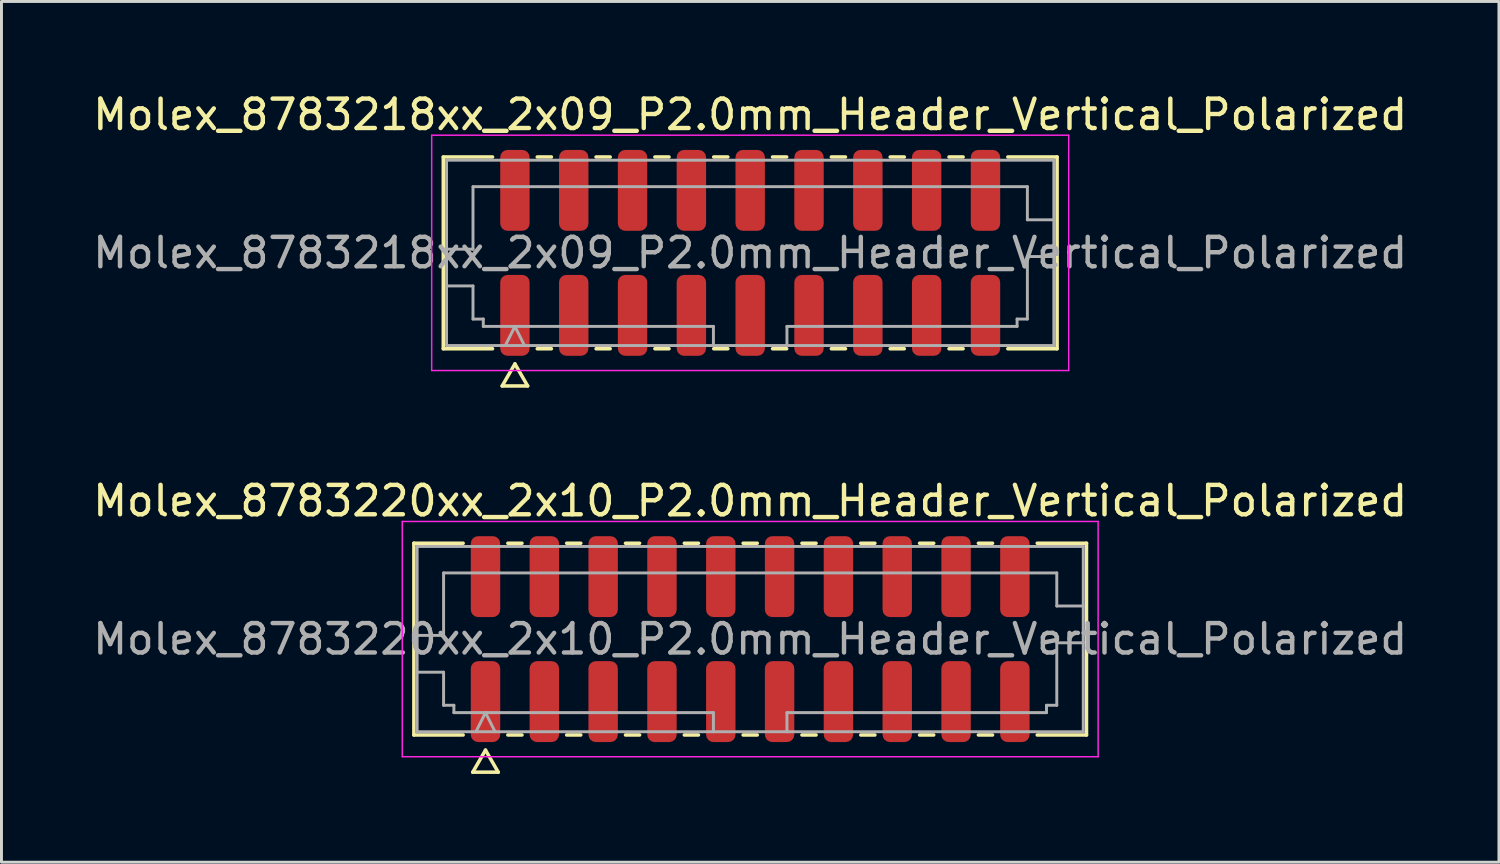
<source format=kicad_pcb>
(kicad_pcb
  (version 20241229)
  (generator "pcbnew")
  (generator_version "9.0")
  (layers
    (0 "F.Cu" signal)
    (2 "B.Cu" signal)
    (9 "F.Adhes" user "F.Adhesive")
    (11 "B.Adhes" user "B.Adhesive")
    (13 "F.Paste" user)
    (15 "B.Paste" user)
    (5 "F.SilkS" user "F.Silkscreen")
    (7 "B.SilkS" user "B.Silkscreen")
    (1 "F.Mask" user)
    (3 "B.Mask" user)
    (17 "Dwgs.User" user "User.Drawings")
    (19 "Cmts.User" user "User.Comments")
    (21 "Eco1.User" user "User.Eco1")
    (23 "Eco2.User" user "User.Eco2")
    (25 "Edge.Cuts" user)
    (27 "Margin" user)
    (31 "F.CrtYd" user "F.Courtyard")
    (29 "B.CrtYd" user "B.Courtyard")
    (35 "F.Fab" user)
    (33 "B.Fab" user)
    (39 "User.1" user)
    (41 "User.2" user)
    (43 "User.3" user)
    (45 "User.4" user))
  (footprint "Molex_8783220xx_2x10_P2.0mm_Header_Vertical_Polarized"
    (layer "F.Cu")
    (at 22.458 18.681)
    (property "Reference" "Molex_8783220xx_2x10_P2.0mm_Header_Vertical_Polarized" (at 0 -4.7 0) (layer "F.SilkS") (effects (font (size 1 1) (thickness 0.15))))
    (attr smd)
    (fp_line (start -11.435 -3.26) (end -9.76 -3.26) (stroke (width 0.12) (type solid)) (layer "F.SilkS"))
    (fp_line (start -11.435 3.26) (end -11.435 -3.26) (stroke (width 0.12) (type solid)) (layer "F.SilkS"))
    (fp_line (start -9.76 3.26) (end -11.435 3.26) (stroke (width 0.12) (type solid)) (layer "F.SilkS"))
    (fp_line (start -9.433 4.525) (end -9 3.775) (stroke (width 0.12) (type solid)) (layer "F.SilkS"))
    (fp_line (start -9 3.775) (end -8.567 4.525) (stroke (width 0.12) (type solid)) (layer "F.SilkS"))
    (fp_line (start -8.567 4.525) (end -9.433 4.525) (stroke (width 0.12) (type solid)) (layer "F.SilkS"))
    (fp_line (start -8.24 -3.26) (end -7.76 -3.26) (stroke (width 0.12) (type solid)) (layer "F.SilkS"))
    (fp_line (start -7.76 3.26) (end -8.24 3.26) (stroke (width 0.12) (type solid)) (layer "F.SilkS"))
    (fp_line (start -6.24 -3.26) (end -5.76 -3.26) (stroke (width 0.12) (type solid)) (layer "F.SilkS"))
    (fp_line (start -5.76 3.26) (end -6.24 3.26) (stroke (width 0.12) (type solid)) (layer "F.SilkS"))
    (fp_line (start -4.24 -3.26) (end -3.76 -3.26) (stroke (width 0.12) (type solid)) (layer "F.SilkS"))
    (fp_line (start -3.76 3.26) (end -4.24 3.26) (stroke (width 0.12) (type solid)) (layer "F.SilkS"))
    (fp_line (start -2.24 -3.26) (end -1.76 -3.26) (stroke (width 0.12) (type solid)) (layer "F.SilkS"))
    (fp_line (start -1.76 3.26) (end -2.24 3.26) (stroke (width 0.12) (type solid)) (layer "F.SilkS"))
    (fp_line (start -0.24 -3.26) (end 0.24 -3.26) (stroke (width 0.12) (type solid)) (layer "F.SilkS"))
    (fp_line (start 0.24 3.26) (end -0.24 3.26) (stroke (width 0.12) (type solid)) (layer "F.SilkS"))
    (fp_line (start 1.76 -3.26) (end 2.24 -3.26) (stroke (width 0.12) (type solid)) (layer "F.SilkS"))
    (fp_line (start 2.24 3.26) (end 1.76 3.26) (stroke (width 0.12) (type solid)) (layer "F.SilkS"))
    (fp_line (start 3.76 -3.26) (end 4.24 -3.26) (stroke (width 0.12) (type solid)) (layer "F.SilkS"))
    (fp_line (start 4.24 3.26) (end 3.76 3.26) (stroke (width 0.12) (type solid)) (layer "F.SilkS"))
    (fp_line (start 5.76 -3.26) (end 6.24 -3.26) (stroke (width 0.12) (type solid)) (layer "F.SilkS"))
    (fp_line (start 6.24 3.26) (end 5.76 3.26) (stroke (width 0.12) (type solid)) (layer "F.SilkS"))
    (fp_line (start 7.76 -3.26) (end 8.24 -3.26) (stroke (width 0.12) (type solid)) (layer "F.SilkS"))
    (fp_line (start 8.24 3.26) (end 7.76 3.26) (stroke (width 0.12) (type solid)) (layer "F.SilkS"))
    (fp_line (start 9.76 -3.26) (end 11.435 -3.26) (stroke (width 0.12) (type solid)) (layer "F.SilkS"))
    (fp_line (start 11.435 -3.26) (end 11.435 3.26) (stroke (width 0.12) (type solid)) (layer "F.SilkS"))
    (fp_line (start 11.435 3.26) (end 9.76 3.26) (stroke (width 0.12) (type solid)) (layer "F.SilkS"))
    (fp_line (start -11.83 -4) (end -11.83 4) (stroke (width 0.05) (type solid)) (layer "F.CrtYd"))
    (fp_line (start -11.83 4) (end 11.83 4) (stroke (width 0.05) (type solid)) (layer "F.CrtYd"))
    (fp_line (start 11.83 -4) (end -11.83 -4) (stroke (width 0.05) (type solid)) (layer "F.CrtYd"))
    (fp_line (start 11.83 4) (end 11.83 -4) (stroke (width 0.05) (type solid)) (layer "F.CrtYd"))
    (fp_line (start -11.325 -3.15) (end 11.325 -3.15) (stroke (width 0.1) (type solid)) (layer "F.Fab"))
    (fp_line (start -11.325 -0.125) (end -10.425 -0.125) (stroke (width 0.1) (type solid)) (layer "F.Fab"))
    (fp_line (start -11.325 1.125) (end -10.425 1.125) (stroke (width 0.1) (type solid)) (layer "F.Fab"))
    (fp_line (start -11.325 3.15) (end -11.325 -3.15) (stroke (width 0.1) (type solid)) (layer "F.Fab"))
    (fp_line (start -10.425 -2.25) (end 10.425 -2.25) (stroke (width 0.1) (type solid)) (layer "F.Fab"))
    (fp_line (start -10.425 -0.125) (end -10.425 -2.25) (stroke (width 0.1) (type solid)) (layer "F.Fab"))
    (fp_line (start -10.425 1.125) (end -10.425 2.25) (stroke (width 0.1) (type solid)) (layer "F.Fab"))
    (fp_line (start -10.425 2.25) (end -10.075 2.25) (stroke (width 0.1) (type solid)) (layer "F.Fab"))
    (fp_line (start -10.075 2.25) (end -10.075 2.5) (stroke (width 0.1) (type solid)) (layer "F.Fab"))
    (fp_line (start -10.075 2.5) (end -1.25 2.5) (stroke (width 0.1) (type solid)) (layer "F.Fab"))
    (fp_line (start -9.325 3.15) (end -9 2.5) (stroke (width 0.1) (type solid)) (layer "F.Fab"))
    (fp_line (start -9 2.5) (end -8.675 3.15) (stroke (width 0.1) (type solid)) (layer "F.Fab"))
    (fp_line (start -1.25 2.5) (end -1.25 3.15) (stroke (width 0.1) (type solid)) (layer "F.Fab"))
    (fp_line (start 1.25 2.5) (end 1.25 3.15) (stroke (width 0.1) (type solid)) (layer "F.Fab"))
    (fp_line (start 1.25 2.5) (end 10.075 2.5) (stroke (width 0.1) (type solid)) (layer "F.Fab"))
    (fp_line (start 10.075 2.25) (end 10.425 2.25) (stroke (width 0.1) (type solid)) (layer "F.Fab"))
    (fp_line (start 10.075 2.5) (end 10.075 2.25) (stroke (width 0.1) (type solid)) (layer "F.Fab"))
    (fp_line (start 10.425 -2.25) (end 10.425 -1.125) (stroke (width 0.1) (type solid)) (layer "F.Fab"))
    (fp_line (start 10.425 -1.125) (end 11.325 -1.125) (stroke (width 0.1) (type solid)) (layer "F.Fab"))
    (fp_line (start 10.425 0.125) (end 11.325 0.125) (stroke (width 0.1) (type solid)) (layer "F.Fab"))
    (fp_line (start 10.425 2.25) (end 10.425 0.125) (stroke (width 0.1) (type solid)) (layer "F.Fab"))
    (fp_line (start 11.325 -3.15) (end 11.325 3.15) (stroke (width 0.1) (type solid)) (layer "F.Fab"))
    (fp_line (start 11.325 3.15) (end -11.325 3.15) (stroke (width 0.1) (type solid)) (layer "F.Fab"))
    (fp_text user "${REFERENCE}" (at 0 0 0) (layer "F.Fab") (effects (font (size 1 1) (thickness 0.15))))
    (pad "1" smd roundrect (at -9 2.125) (size 1 2.75) (layers "F.Cu" "F.Mask" "F.Paste") (roundrect_rratio 0.25))
    (pad "2" smd roundrect (at -9 -2.125) (size 1 2.75) (layers "F.Cu" "F.Mask" "F.Paste") (roundrect_rratio 0.25))
    (pad "3" smd roundrect (at -7 2.125) (size 1 2.75) (layers "F.Cu" "F.Mask" "F.Paste") (roundrect_rratio 0.25))
    (pad "4" smd roundrect (at -7 -2.125) (size 1 2.75) (layers "F.Cu" "F.Mask" "F.Paste") (roundrect_rratio 0.25))
    (pad "5" smd roundrect (at -5 2.125) (size 1 2.75) (layers "F.Cu" "F.Mask" "F.Paste") (roundrect_rratio 0.25))
    (pad "6" smd roundrect (at -5 -2.125) (size 1 2.75) (layers "F.Cu" "F.Mask" "F.Paste") (roundrect_rratio 0.25))
    (pad "7" smd roundrect (at -3 2.125) (size 1 2.75) (layers "F.Cu" "F.Mask" "F.Paste") (roundrect_rratio 0.25))
    (pad "8" smd roundrect (at -3 -2.125) (size 1 2.75) (layers "F.Cu" "F.Mask" "F.Paste") (roundrect_rratio 0.25))
    (pad "9" smd roundrect (at -1 2.125) (size 1 2.75) (layers "F.Cu" "F.Mask" "F.Paste") (roundrect_rratio 0.25))
    (pad "10" smd roundrect (at -1 -2.125) (size 1 2.75) (layers "F.Cu" "F.Mask" "F.Paste") (roundrect_rratio 0.25))
    (pad "11" smd roundrect (at 1 2.125) (size 1 2.75) (layers "F.Cu" "F.Mask" "F.Paste") (roundrect_rratio 0.25))
    (pad "12" smd roundrect (at 1 -2.125) (size 1 2.75) (layers "F.Cu" "F.Mask" "F.Paste") (roundrect_rratio 0.25))
    (pad "13" smd roundrect (at 3 2.125) (size 1 2.75) (layers "F.Cu" "F.Mask" "F.Paste") (roundrect_rratio 0.25))
    (pad "14" smd roundrect (at 3 -2.125) (size 1 2.75) (layers "F.Cu" "F.Mask" "F.Paste") (roundrect_rratio 0.25))
    (pad "15" smd roundrect (at 5 2.125) (size 1 2.75) (layers "F.Cu" "F.Mask" "F.Paste") (roundrect_rratio 0.25))
    (pad "16" smd roundrect (at 5 -2.125) (size 1 2.75) (layers "F.Cu" "F.Mask" "F.Paste") (roundrect_rratio 0.25))
    (pad "17" smd roundrect (at 7 2.125) (size 1 2.75) (layers "F.Cu" "F.Mask" "F.Paste") (roundrect_rratio 0.25))
    (pad "18" smd roundrect (at 7 -2.125) (size 1 2.75) (layers "F.Cu" "F.Mask" "F.Paste") (roundrect_rratio 0.25))
    (pad "19" smd roundrect (at 9 2.125) (size 1 2.75) (layers "F.Cu" "F.Mask" "F.Paste") (roundrect_rratio 0.25))
    (pad "20" smd roundrect (at 9 -2.125) (size 1 2.75) (layers "F.Cu" "F.Mask" "F.Paste") (roundrect_rratio 0.25)))
  (footprint "Molex_8783218xx_2x09_P2.0mm_Header_Vertical_Polarized"
    (layer "F.Cu")
    (at 22.458 5.548)
    (property "Reference" "Molex_8783218xx_2x09_P2.0mm_Header_Vertical_Polarized" (at 0 -4.7 0) (layer "F.SilkS") (effects (font (size 1 1) (thickness 0.15))))
    (attr smd)
    (fp_line (start -10.435 -3.26) (end -8.76 -3.26) (stroke (width 0.12) (type solid)) (layer "F.SilkS"))
    (fp_line (start -10.435 3.26) (end -10.435 -3.26) (stroke (width 0.12) (type solid)) (layer "F.SilkS"))
    (fp_line (start -8.76 3.26) (end -10.435 3.26) (stroke (width 0.12) (type solid)) (layer "F.SilkS"))
    (fp_line (start -8.433 4.525) (end -8 3.775) (stroke (width 0.12) (type solid)) (layer "F.SilkS"))
    (fp_line (start -8 3.775) (end -7.567 4.525) (stroke (width 0.12) (type solid)) (layer "F.SilkS"))
    (fp_line (start -7.567 4.525) (end -8.433 4.525) (stroke (width 0.12) (type solid)) (layer "F.SilkS"))
    (fp_line (start -7.24 -3.26) (end -6.76 -3.26) (stroke (width 0.12) (type solid)) (layer "F.SilkS"))
    (fp_line (start -6.76 3.26) (end -7.24 3.26) (stroke (width 0.12) (type solid)) (layer "F.SilkS"))
    (fp_line (start -5.24 -3.26) (end -4.76 -3.26) (stroke (width 0.12) (type solid)) (layer "F.SilkS"))
    (fp_line (start -4.76 3.26) (end -5.24 3.26) (stroke (width 0.12) (type solid)) (layer "F.SilkS"))
    (fp_line (start -3.24 -3.26) (end -2.76 -3.26) (stroke (width 0.12) (type solid)) (layer "F.SilkS"))
    (fp_line (start -2.76 3.26) (end -3.24 3.26) (stroke (width 0.12) (type solid)) (layer "F.SilkS"))
    (fp_line (start -1.24 -3.26) (end -0.76 -3.26) (stroke (width 0.12) (type solid)) (layer "F.SilkS"))
    (fp_line (start -0.76 3.26) (end -1.24 3.26) (stroke (width 0.12) (type solid)) (layer "F.SilkS"))
    (fp_line (start 0.76 -3.26) (end 1.24 -3.26) (stroke (width 0.12) (type solid)) (layer "F.SilkS"))
    (fp_line (start 1.24 3.26) (end 0.76 3.26) (stroke (width 0.12) (type solid)) (layer "F.SilkS"))
    (fp_line (start 2.76 -3.26) (end 3.24 -3.26) (stroke (width 0.12) (type solid)) (layer "F.SilkS"))
    (fp_line (start 3.24 3.26) (end 2.76 3.26) (stroke (width 0.12) (type solid)) (layer "F.SilkS"))
    (fp_line (start 4.76 -3.26) (end 5.24 -3.26) (stroke (width 0.12) (type solid)) (layer "F.SilkS"))
    (fp_line (start 5.24 3.26) (end 4.76 3.26) (stroke (width 0.12) (type solid)) (layer "F.SilkS"))
    (fp_line (start 6.76 -3.26) (end 7.24 -3.26) (stroke (width 0.12) (type solid)) (layer "F.SilkS"))
    (fp_line (start 7.24 3.26) (end 6.76 3.26) (stroke (width 0.12) (type solid)) (layer "F.SilkS"))
    (fp_line (start 8.76 -3.26) (end 10.435 -3.26) (stroke (width 0.12) (type solid)) (layer "F.SilkS"))
    (fp_line (start 10.435 -3.26) (end 10.435 3.26) (stroke (width 0.12) (type solid)) (layer "F.SilkS"))
    (fp_line (start 10.435 3.26) (end 8.76 3.26) (stroke (width 0.12) (type solid)) (layer "F.SilkS"))
    (fp_line (start -10.83 -4) (end -10.83 4) (stroke (width 0.05) (type solid)) (layer "F.CrtYd"))
    (fp_line (start -10.83 4) (end 10.83 4) (stroke (width 0.05) (type solid)) (layer "F.CrtYd"))
    (fp_line (start 10.83 -4) (end -10.83 -4) (stroke (width 0.05) (type solid)) (layer "F.CrtYd"))
    (fp_line (start 10.83 4) (end 10.83 -4) (stroke (width 0.05) (type solid)) (layer "F.CrtYd"))
    (fp_line (start -10.325 -3.15) (end 10.325 -3.15) (stroke (width 0.1) (type solid)) (layer "F.Fab"))
    (fp_line (start -10.325 -0.125) (end -9.425 -0.125) (stroke (width 0.1) (type solid)) (layer "F.Fab"))
    (fp_line (start -10.325 1.125) (end -9.425 1.125) (stroke (width 0.1) (type solid)) (layer "F.Fab"))
    (fp_line (start -10.325 3.15) (end -10.325 -3.15) (stroke (width 0.1) (type solid)) (layer "F.Fab"))
    (fp_line (start -9.425 -2.25) (end 9.425 -2.25) (stroke (width 0.1) (type solid)) (layer "F.Fab"))
    (fp_line (start -9.425 -0.125) (end -9.425 -2.25) (stroke (width 0.1) (type solid)) (layer "F.Fab"))
    (fp_line (start -9.425 1.125) (end -9.425 2.25) (stroke (width 0.1) (type solid)) (layer "F.Fab"))
    (fp_line (start -9.425 2.25) (end -9.075 2.25) (stroke (width 0.1) (type solid)) (layer "F.Fab"))
    (fp_line (start -9.075 2.25) (end -9.075 2.5) (stroke (width 0.1) (type solid)) (layer "F.Fab"))
    (fp_line (start -9.075 2.5) (end -1.25 2.5) (stroke (width 0.1) (type solid)) (layer "F.Fab"))
    (fp_line (start -8.325 3.15) (end -8 2.5) (stroke (width 0.1) (type solid)) (layer "F.Fab"))
    (fp_line (start -8 2.5) (end -7.675 3.15) (stroke (width 0.1) (type solid)) (layer "F.Fab"))
    (fp_line (start -1.25 2.5) (end -1.25 3.15) (stroke (width 0.1) (type solid)) (layer "F.Fab"))
    (fp_line (start 1.25 2.5) (end 1.25 3.15) (stroke (width 0.1) (type solid)) (layer "F.Fab"))
    (fp_line (start 1.25 2.5) (end 9.075 2.5) (stroke (width 0.1) (type solid)) (layer "F.Fab"))
    (fp_line (start 9.075 2.25) (end 9.425 2.25) (stroke (width 0.1) (type solid)) (layer "F.Fab"))
    (fp_line (start 9.075 2.5) (end 9.075 2.25) (stroke (width 0.1) (type solid)) (layer "F.Fab"))
    (fp_line (start 9.425 -2.25) (end 9.425 -1.125) (stroke (width 0.1) (type solid)) (layer "F.Fab"))
    (fp_line (start 9.425 -1.125) (end 10.325 -1.125) (stroke (width 0.1) (type solid)) (layer "F.Fab"))
    (fp_line (start 9.425 0.125) (end 10.325 0.125) (stroke (width 0.1) (type solid)) (layer "F.Fab"))
    (fp_line (start 9.425 2.25) (end 9.425 0.125) (stroke (width 0.1) (type solid)) (layer "F.Fab"))
    (fp_line (start 10.325 -3.15) (end 10.325 3.15) (stroke (width 0.1) (type solid)) (layer "F.Fab"))
    (fp_line (start 10.325 3.15) (end -10.325 3.15) (stroke (width 0.1) (type solid)) (layer "F.Fab"))
    (fp_text user "${REFERENCE}" (at 0 0 0) (layer "F.Fab") (effects (font (size 1 1) (thickness 0.15))))
    (pad "1" smd roundrect (at -8 2.125) (size 1 2.75) (layers "F.Cu" "F.Mask" "F.Paste") (roundrect_rratio 0.25))
    (pad "2" smd roundrect (at -8 -2.125) (size 1 2.75) (layers "F.Cu" "F.Mask" "F.Paste") (roundrect_rratio 0.25))
    (pad "3" smd roundrect (at -6 2.125) (size 1 2.75) (layers "F.Cu" "F.Mask" "F.Paste") (roundrect_rratio 0.25))
    (pad "4" smd roundrect (at -6 -2.125) (size 1 2.75) (layers "F.Cu" "F.Mask" "F.Paste") (roundrect_rratio 0.25))
    (pad "5" smd roundrect (at -4 2.125) (size 1 2.75) (layers "F.Cu" "F.Mask" "F.Paste") (roundrect_rratio 0.25))
    (pad "6" smd roundrect (at -4 -2.125) (size 1 2.75) (layers "F.Cu" "F.Mask" "F.Paste") (roundrect_rratio 0.25))
    (pad "7" smd roundrect (at -2 2.125) (size 1 2.75) (layers "F.Cu" "F.Mask" "F.Paste") (roundrect_rratio 0.25))
    (pad "8" smd roundrect (at -2 -2.125) (size 1 2.75) (layers "F.Cu" "F.Mask" "F.Paste") (roundrect_rratio 0.25))
    (pad "9" smd roundrect (at 0 2.125) (size 1 2.75) (layers "F.Cu" "F.Mask" "F.Paste") (roundrect_rratio 0.25))
    (pad "10" smd roundrect (at 0 -2.125) (size 1 2.75) (layers "F.Cu" "F.Mask" "F.Paste") (roundrect_rratio 0.25))
    (pad "11" smd roundrect (at 2 2.125) (size 1 2.75) (layers "F.Cu" "F.Mask" "F.Paste") (roundrect_rratio 0.25))
    (pad "12" smd roundrect (at 2 -2.125) (size 1 2.75) (layers "F.Cu" "F.Mask" "F.Paste") (roundrect_rratio 0.25))
    (pad "13" smd roundrect (at 4 2.125) (size 1 2.75) (layers "F.Cu" "F.Mask" "F.Paste") (roundrect_rratio 0.25))
    (pad "14" smd roundrect (at 4 -2.125) (size 1 2.75) (layers "F.Cu" "F.Mask" "F.Paste") (roundrect_rratio 0.25))
    (pad "15" smd roundrect (at 6 2.125) (size 1 2.75) (layers "F.Cu" "F.Mask" "F.Paste") (roundrect_rratio 0.25))
    (pad "16" smd roundrect (at 6 -2.125) (size 1 2.75) (layers "F.Cu" "F.Mask" "F.Paste") (roundrect_rratio 0.25))
    (pad "17" smd roundrect (at 8 2.125) (size 1 2.75) (layers "F.Cu" "F.Mask" "F.Paste") (roundrect_rratio 0.25))
    (pad "18" smd roundrect (at 8 -2.125) (size 1 2.75) (layers "F.Cu" "F.Mask" "F.Paste") (roundrect_rratio 0.25)))
  (gr_rect
    (start -3 -3)
    (end 47.917 26.267)
    (stroke (width 0.1) (type default))
    (fill no)
    (layer "Edge.Cuts")))
</source>
